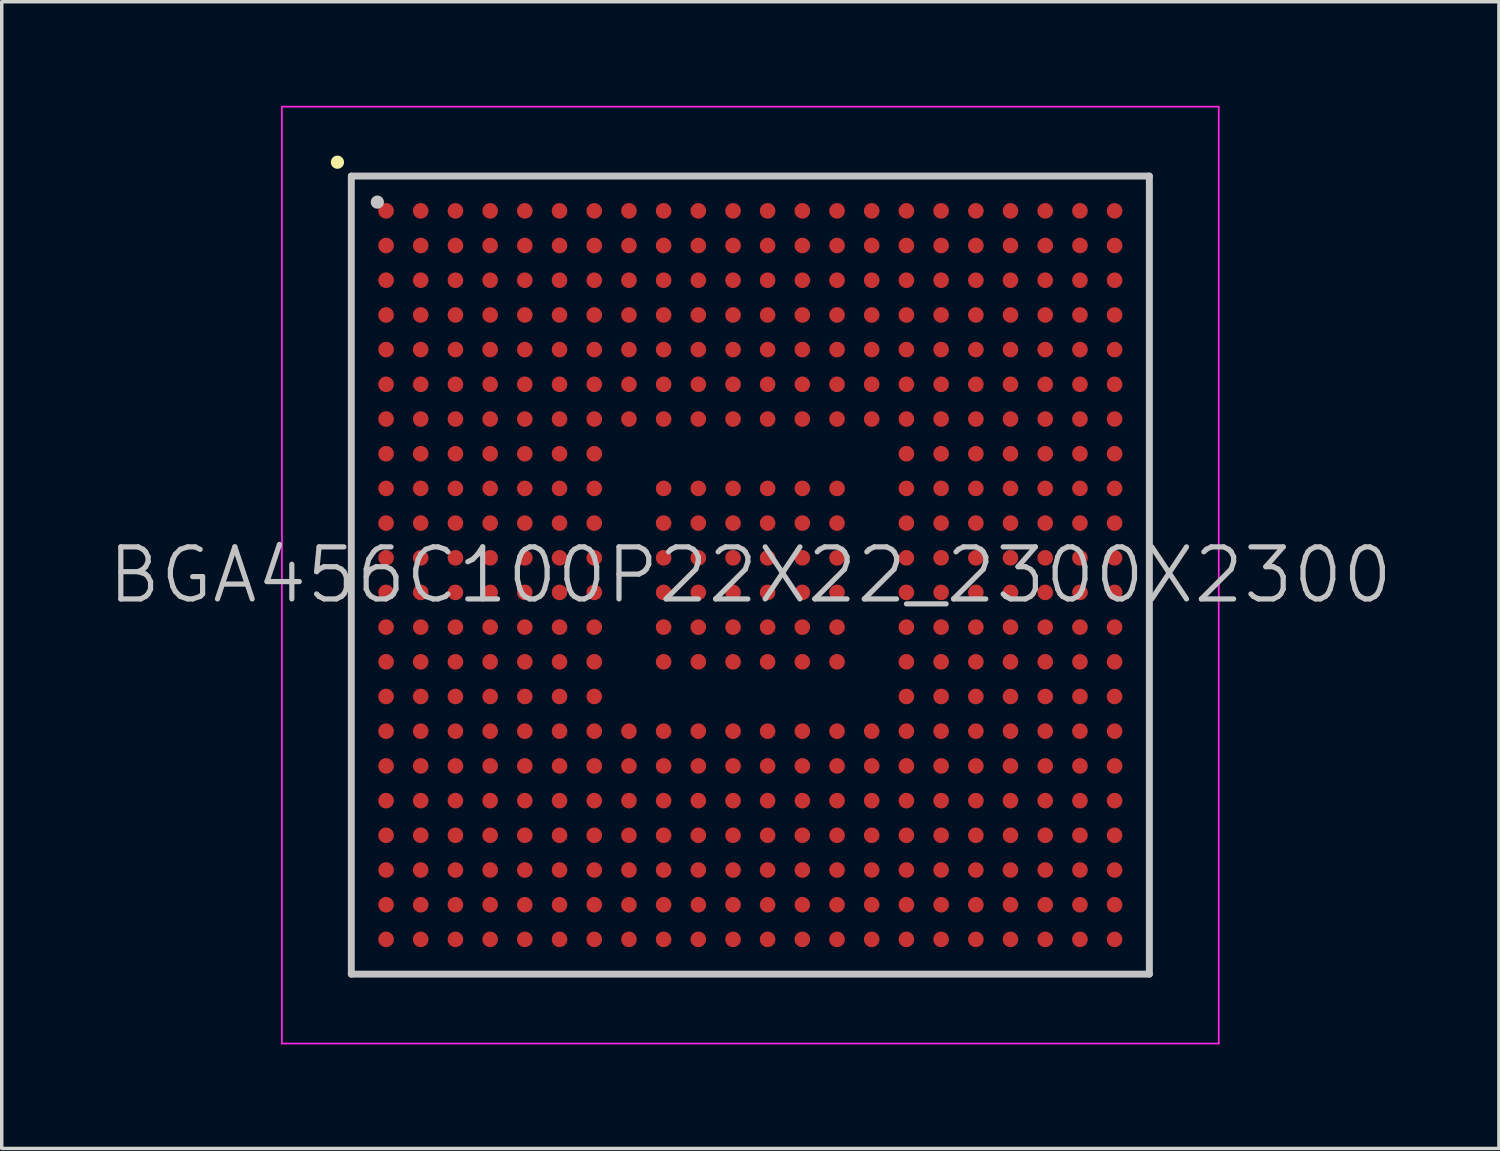
<source format=kicad_pcb>
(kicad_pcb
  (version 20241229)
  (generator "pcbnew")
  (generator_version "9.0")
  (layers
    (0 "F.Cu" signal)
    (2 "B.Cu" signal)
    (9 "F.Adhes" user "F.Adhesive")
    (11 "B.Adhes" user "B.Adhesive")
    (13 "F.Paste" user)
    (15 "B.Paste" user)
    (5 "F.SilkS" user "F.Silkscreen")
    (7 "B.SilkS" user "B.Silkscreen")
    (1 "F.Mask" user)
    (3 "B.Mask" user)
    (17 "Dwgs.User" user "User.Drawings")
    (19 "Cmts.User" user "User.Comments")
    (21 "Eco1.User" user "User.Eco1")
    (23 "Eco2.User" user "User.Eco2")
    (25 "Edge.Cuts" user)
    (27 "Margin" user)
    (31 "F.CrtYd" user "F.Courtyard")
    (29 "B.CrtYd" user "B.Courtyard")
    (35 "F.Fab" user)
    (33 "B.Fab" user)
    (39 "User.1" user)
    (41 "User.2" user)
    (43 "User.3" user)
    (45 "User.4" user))
  (footprint "BGA456C100P22X22_2300X2300"
    (layer "F.Cu")
    (at 18.575 13.525)
    (property "Reference" "BGA456C100P22X22_2300X2300" (at 0 0 0) (layer "Dwgs.User") (effects (font (size 1.5 1.5) (thickness 0.15))))
    (attr smd)
    (fp_line (start -11.9 -11.9) (end -11.9 -11.9) (stroke (width 0.381) (type solid)) (layer "F.SilkS"))
    (fp_line (start -11.5 -11.5) (end -11.5 11.5) (stroke (width 0.2) (type solid)) (layer "Dwgs.User"))
    (fp_line (start -11.5 -11.5) (end 11.5 -11.5) (stroke (width 0.2) (type solid)) (layer "Dwgs.User"))
    (fp_line (start -11.5 11.5) (end 11.5 11.5) (stroke (width 0.2) (type solid)) (layer "Dwgs.User"))
    (fp_line (start -10.75 -10.75) (end -10.75 -10.75) (stroke (width 0.381) (type solid)) (layer "Dwgs.User"))
    (fp_line (start 11.5 -11.5) (end 11.5 11.5) (stroke (width 0.2) (type solid)) (layer "Dwgs.User"))
    (fp_line (start -13.5 -13.5) (end -13.5 13.5) (stroke (width 0.05) (type solid)) (layer "F.CrtYd"))
    (fp_line (start -13.5 -13.5) (end 13.5 -13.5) (stroke (width 0.05) (type solid)) (layer "F.CrtYd"))
    (fp_line (start -13.5 13.5) (end 13.5 13.5) (stroke (width 0.05) (type solid)) (layer "F.CrtYd"))
    (fp_line (start 13.5 -13.5) (end 13.5 13.5) (stroke (width 0.05) (type solid)) (layer "F.CrtYd"))
    (pad "A1" smd circle (at -10.498 -10.498 270) (size 0.45 0.45) (layers "F.Cu" "F.Mask" "F.Paste"))
    (pad "A2" smd circle (at -9.5 -10.498 270) (size 0.45 0.45) (layers "F.Cu" "F.Mask" "F.Paste"))
    (pad "A3" smd circle (at -8.499 -10.498 270) (size 0.45 0.45) (layers "F.Cu" "F.Mask" "F.Paste"))
    (pad "A4" smd circle (at -7.498 -10.498 270) (size 0.45 0.45) (layers "F.Cu" "F.Mask" "F.Paste"))
    (pad "A5" smd circle (at -6.5 -10.498 270) (size 0.45 0.45) (layers "F.Cu" "F.Mask" "F.Paste"))
    (pad "A6" smd circle (at -5.499 -10.498 270) (size 0.45 0.45) (layers "F.Cu" "F.Mask" "F.Paste"))
    (pad "A7" smd circle (at -4.498 -10.498 270) (size 0.45 0.45) (layers "F.Cu" "F.Mask" "F.Paste"))
    (pad "A8" smd circle (at -3.498 -10.498 270) (size 0.45 0.45) (layers "F.Cu" "F.Mask" "F.Paste"))
    (pad "A9" smd circle (at -2.499 -10.498 270) (size 0.45 0.45) (layers "F.Cu" "F.Mask" "F.Paste"))
    (pad "A10" smd circle (at -1.499 -10.498 270) (size 0.45 0.45) (layers "F.Cu" "F.Mask" "F.Paste"))
    (pad "A11" smd circle (at -0.498 -10.498 270) (size 0.45 0.45) (layers "F.Cu" "F.Mask" "F.Paste"))
    (pad "A12" smd circle (at 0.498 -10.498 270) (size 0.45 0.45) (layers "F.Cu" "F.Mask" "F.Paste"))
    (pad "A13" smd circle (at 1.499 -10.498 270) (size 0.45 0.45) (layers "F.Cu" "F.Mask" "F.Paste"))
    (pad "A14" smd circle (at 2.499 -10.498 270) (size 0.45 0.45) (layers "F.Cu" "F.Mask" "F.Paste"))
    (pad "A15" smd circle (at 3.498 -10.498 270) (size 0.45 0.45) (layers "F.Cu" "F.Mask" "F.Paste"))
    (pad "A16" smd circle (at 4.498 -10.498 270) (size 0.45 0.45) (layers "F.Cu" "F.Mask" "F.Paste"))
    (pad "A17" smd circle (at 5.499 -10.498 270) (size 0.45 0.45) (layers "F.Cu" "F.Mask" "F.Paste"))
    (pad "A18" smd circle (at 6.5 -10.498 270) (size 0.45 0.45) (layers "F.Cu" "F.Mask" "F.Paste"))
    (pad "A19" smd circle (at 7.498 -10.498 270) (size 0.45 0.45) (layers "F.Cu" "F.Mask" "F.Paste"))
    (pad "A20" smd circle (at 8.499 -10.498 270) (size 0.45 0.45) (layers "F.Cu" "F.Mask" "F.Paste"))
    (pad "A21" smd circle (at 9.5 -10.498 270) (size 0.45 0.45) (layers "F.Cu" "F.Mask" "F.Paste"))
    (pad "A22" smd circle (at 10.498 -10.498 270) (size 0.45 0.45) (layers "F.Cu" "F.Mask" "F.Paste"))
    (pad "AA1" smd circle (at -10.498 9.5 270) (size 0.45 0.45) (layers "F.Cu" "F.Mask" "F.Paste"))
    (pad "AA2" smd circle (at -9.5 9.5 270) (size 0.45 0.45) (layers "F.Cu" "F.Mask" "F.Paste"))
    (pad "AA3" smd circle (at -8.499 9.5 270) (size 0.45 0.45) (layers "F.Cu" "F.Mask" "F.Paste"))
    (pad "AA4" smd circle (at -7.498 9.5 270) (size 0.45 0.45) (layers "F.Cu" "F.Mask" "F.Paste"))
    (pad "AA5" smd circle (at -6.5 9.5 270) (size 0.45 0.45) (layers "F.Cu" "F.Mask" "F.Paste"))
    (pad "AA6" smd circle (at -5.499 9.5 270) (size 0.45 0.45) (layers "F.Cu" "F.Mask" "F.Paste"))
    (pad "AA7" smd circle (at -4.498 9.5 270) (size 0.45 0.45) (layers "F.Cu" "F.Mask" "F.Paste"))
    (pad "AA8" smd circle (at -3.498 9.5 270) (size 0.45 0.45) (layers "F.Cu" "F.Mask" "F.Paste"))
    (pad "AA9" smd circle (at -2.499 9.5 270) (size 0.45 0.45) (layers "F.Cu" "F.Mask" "F.Paste"))
    (pad "AA10" smd circle (at -1.499 9.5 270) (size 0.45 0.45) (layers "F.Cu" "F.Mask" "F.Paste"))
    (pad "AA11" smd circle (at -0.498 9.5 270) (size 0.45 0.45) (layers "F.Cu" "F.Mask" "F.Paste"))
    (pad "AA12" smd circle (at 0.498 9.5 270) (size 0.45 0.45) (layers "F.Cu" "F.Mask" "F.Paste"))
    (pad "AA13" smd circle (at 1.499 9.5 270) (size 0.45 0.45) (layers "F.Cu" "F.Mask" "F.Paste"))
    (pad "AA14" smd circle (at 2.499 9.5 270) (size 0.45 0.45) (layers "F.Cu" "F.Mask" "F.Paste"))
    (pad "AA15" smd circle (at 3.498 9.5 270) (size 0.45 0.45) (layers "F.Cu" "F.Mask" "F.Paste"))
    (pad "AA16" smd circle (at 4.498 9.5 270) (size 0.45 0.45) (layers "F.Cu" "F.Mask" "F.Paste"))
    (pad "AA17" smd circle (at 5.499 9.5 270) (size 0.45 0.45) (layers "F.Cu" "F.Mask" "F.Paste"))
    (pad "AA18" smd circle (at 6.5 9.5 270) (size 0.45 0.45) (layers "F.Cu" "F.Mask" "F.Paste"))
    (pad "AA19" smd circle (at 7.498 9.5 270) (size 0.45 0.45) (layers "F.Cu" "F.Mask" "F.Paste"))
    (pad "AA20" smd circle (at 8.499 9.5 270) (size 0.45 0.45) (layers "F.Cu" "F.Mask" "F.Paste"))
    (pad "AA21" smd circle (at 9.5 9.5 270) (size 0.45 0.45) (layers "F.Cu" "F.Mask" "F.Paste"))
    (pad "AA22" smd circle (at 10.498 9.5 270) (size 0.45 0.45) (layers "F.Cu" "F.Mask" "F.Paste"))
    (pad "AB1" smd circle (at -10.498 10.498 270) (size 0.45 0.45) (layers "F.Cu" "F.Mask" "F.Paste"))
    (pad "AB2" smd circle (at -9.5 10.498 270) (size 0.45 0.45) (layers "F.Cu" "F.Mask" "F.Paste"))
    (pad "AB3" smd circle (at -8.499 10.498 270) (size 0.45 0.45) (layers "F.Cu" "F.Mask" "F.Paste"))
    (pad "AB4" smd circle (at -7.498 10.498 270) (size 0.45 0.45) (layers "F.Cu" "F.Mask" "F.Paste"))
    (pad "AB5" smd circle (at -6.5 10.498 270) (size 0.45 0.45) (layers "F.Cu" "F.Mask" "F.Paste"))
    (pad "AB6" smd circle (at -5.499 10.498 270) (size 0.45 0.45) (layers "F.Cu" "F.Mask" "F.Paste"))
    (pad "AB7" smd circle (at -4.498 10.498 270) (size 0.45 0.45) (layers "F.Cu" "F.Mask" "F.Paste"))
    (pad "AB8" smd circle (at -3.498 10.498 270) (size 0.45 0.45) (layers "F.Cu" "F.Mask" "F.Paste"))
    (pad "AB9" smd circle (at -2.499 10.498 270) (size 0.45 0.45) (layers "F.Cu" "F.Mask" "F.Paste"))
    (pad "AB10" smd circle (at -1.499 10.498 270) (size 0.45 0.45) (layers "F.Cu" "F.Mask" "F.Paste"))
    (pad "AB11" smd circle (at -0.498 10.498 270) (size 0.45 0.45) (layers "F.Cu" "F.Mask" "F.Paste"))
    (pad "AB12" smd circle (at 0.498 10.498 270) (size 0.45 0.45) (layers "F.Cu" "F.Mask" "F.Paste"))
    (pad "AB13" smd circle (at 1.499 10.498 270) (size 0.45 0.45) (layers "F.Cu" "F.Mask" "F.Paste"))
    (pad "AB14" smd circle (at 2.499 10.498 270) (size 0.45 0.45) (layers "F.Cu" "F.Mask" "F.Paste"))
    (pad "AB15" smd circle (at 3.498 10.498 270) (size 0.45 0.45) (layers "F.Cu" "F.Mask" "F.Paste"))
    (pad "AB16" smd circle (at 4.498 10.498 270) (size 0.45 0.45) (layers "F.Cu" "F.Mask" "F.Paste"))
    (pad "AB17" smd circle (at 5.499 10.498 270) (size 0.45 0.45) (layers "F.Cu" "F.Mask" "F.Paste"))
    (pad "AB18" smd circle (at 6.5 10.498 270) (size 0.45 0.45) (layers "F.Cu" "F.Mask" "F.Paste"))
    (pad "AB19" smd circle (at 7.498 10.498 270) (size 0.45 0.45) (layers "F.Cu" "F.Mask" "F.Paste"))
    (pad "AB20" smd circle (at 8.499 10.498 270) (size 0.45 0.45) (layers "F.Cu" "F.Mask" "F.Paste"))
    (pad "AB21" smd circle (at 9.5 10.498 270) (size 0.45 0.45) (layers "F.Cu" "F.Mask" "F.Paste"))
    (pad "AB22" smd circle (at 10.498 10.498 270) (size 0.45 0.45) (layers "F.Cu" "F.Mask" "F.Paste"))
    (pad "B1" smd circle (at -10.498 -9.5 270) (size 0.45 0.45) (layers "F.Cu" "F.Mask" "F.Paste"))
    (pad "B2" smd circle (at -9.5 -9.5 270) (size 0.45 0.45) (layers "F.Cu" "F.Mask" "F.Paste"))
    (pad "B3" smd circle (at -8.499 -9.5 270) (size 0.45 0.45) (layers "F.Cu" "F.Mask" "F.Paste"))
    (pad "B4" smd circle (at -7.498 -9.5 270) (size 0.45 0.45) (layers "F.Cu" "F.Mask" "F.Paste"))
    (pad "B5" smd circle (at -6.5 -9.5 270) (size 0.45 0.45) (layers "F.Cu" "F.Mask" "F.Paste"))
    (pad "B6" smd circle (at -5.499 -9.5 270) (size 0.45 0.45) (layers "F.Cu" "F.Mask" "F.Paste"))
    (pad "B7" smd circle (at -4.498 -9.5 270) (size 0.45 0.45) (layers "F.Cu" "F.Mask" "F.Paste"))
    (pad "B8" smd circle (at -3.498 -9.5 270) (size 0.45 0.45) (layers "F.Cu" "F.Mask" "F.Paste"))
    (pad "B9" smd circle (at -2.499 -9.5 270) (size 0.45 0.45) (layers "F.Cu" "F.Mask" "F.Paste"))
    (pad "B10" smd circle (at -1.499 -9.5 270) (size 0.45 0.45) (layers "F.Cu" "F.Mask" "F.Paste"))
    (pad "B11" smd circle (at -0.498 -9.5 270) (size 0.45 0.45) (layers "F.Cu" "F.Mask" "F.Paste"))
    (pad "B12" smd circle (at 0.498 -9.5 270) (size 0.45 0.45) (layers "F.Cu" "F.Mask" "F.Paste"))
    (pad "B13" smd circle (at 1.499 -9.5 270) (size 0.45 0.45) (layers "F.Cu" "F.Mask" "F.Paste"))
    (pad "B14" smd circle (at 2.499 -9.5 270) (size 0.45 0.45) (layers "F.Cu" "F.Mask" "F.Paste"))
    (pad "B15" smd circle (at 3.498 -9.5 270) (size 0.45 0.45) (layers "F.Cu" "F.Mask" "F.Paste"))
    (pad "B16" smd circle (at 4.498 -9.5 270) (size 0.45 0.45) (layers "F.Cu" "F.Mask" "F.Paste"))
    (pad "B17" smd circle (at 5.499 -9.5 270) (size 0.45 0.45) (layers "F.Cu" "F.Mask" "F.Paste"))
    (pad "B18" smd circle (at 6.5 -9.5 270) (size 0.45 0.45) (layers "F.Cu" "F.Mask" "F.Paste"))
    (pad "B19" smd circle (at 7.498 -9.5 270) (size 0.45 0.45) (layers "F.Cu" "F.Mask" "F.Paste"))
    (pad "B20" smd circle (at 8.499 -9.5 270) (size 0.45 0.45) (layers "F.Cu" "F.Mask" "F.Paste"))
    (pad "B21" smd circle (at 9.5 -9.5 270) (size 0.45 0.45) (layers "F.Cu" "F.Mask" "F.Paste"))
    (pad "B22" smd circle (at 10.498 -9.5 270) (size 0.45 0.45) (layers "F.Cu" "F.Mask" "F.Paste"))
    (pad "C1" smd circle (at -10.498 -8.499 270) (size 0.45 0.45) (layers "F.Cu" "F.Mask" "F.Paste"))
    (pad "C2" smd circle (at -9.5 -8.499 270) (size 0.45 0.45) (layers "F.Cu" "F.Mask" "F.Paste"))
    (pad "C3" smd circle (at -8.499 -8.499 270) (size 0.45 0.45) (layers "F.Cu" "F.Mask" "F.Paste"))
    (pad "C4" smd circle (at -7.498 -8.499 270) (size 0.45 0.45) (layers "F.Cu" "F.Mask" "F.Paste"))
    (pad "C5" smd circle (at -6.5 -8.499 270) (size 0.45 0.45) (layers "F.Cu" "F.Mask" "F.Paste"))
    (pad "C6" smd circle (at -5.499 -8.499 270) (size 0.45 0.45) (layers "F.Cu" "F.Mask" "F.Paste"))
    (pad "C7" smd circle (at -4.498 -8.499 270) (size 0.45 0.45) (layers "F.Cu" "F.Mask" "F.Paste"))
    (pad "C8" smd circle (at -3.498 -8.499 270) (size 0.45 0.45) (layers "F.Cu" "F.Mask" "F.Paste"))
    (pad "C9" smd circle (at -2.499 -8.499 270) (size 0.45 0.45) (layers "F.Cu" "F.Mask" "F.Paste"))
    (pad "C10" smd circle (at -1.499 -8.499 270) (size 0.45 0.45) (layers "F.Cu" "F.Mask" "F.Paste"))
    (pad "C11" smd circle (at -0.498 -8.499 270) (size 0.45 0.45) (layers "F.Cu" "F.Mask" "F.Paste"))
    (pad "C12" smd circle (at 0.498 -8.499 270) (size 0.45 0.45) (layers "F.Cu" "F.Mask" "F.Paste"))
    (pad "C13" smd circle (at 1.499 -8.499 270) (size 0.45 0.45) (layers "F.Cu" "F.Mask" "F.Paste"))
    (pad "C14" smd circle (at 2.499 -8.499 270) (size 0.45 0.45) (layers "F.Cu" "F.Mask" "F.Paste"))
    (pad "C15" smd circle (at 3.498 -8.499 270) (size 0.45 0.45) (layers "F.Cu" "F.Mask" "F.Paste"))
    (pad "C16" smd circle (at 4.498 -8.499 270) (size 0.45 0.45) (layers "F.Cu" "F.Mask" "F.Paste"))
    (pad "C17" smd circle (at 5.499 -8.499 270) (size 0.45 0.45) (layers "F.Cu" "F.Mask" "F.Paste"))
    (pad "C18" smd circle (at 6.5 -8.499 270) (size 0.45 0.45) (layers "F.Cu" "F.Mask" "F.Paste"))
    (pad "C19" smd circle (at 7.498 -8.499 270) (size 0.45 0.45) (layers "F.Cu" "F.Mask" "F.Paste"))
    (pad "C20" smd circle (at 8.499 -8.499 270) (size 0.45 0.45) (layers "F.Cu" "F.Mask" "F.Paste"))
    (pad "C21" smd circle (at 9.5 -8.499 270) (size 0.45 0.45) (layers "F.Cu" "F.Mask" "F.Paste"))
    (pad "C22" smd circle (at 10.498 -8.499 270) (size 0.45 0.45) (layers "F.Cu" "F.Mask" "F.Paste"))
    (pad "D1" smd circle (at -10.498 -7.498 270) (size 0.45 0.45) (layers "F.Cu" "F.Mask" "F.Paste"))
    (pad "D2" smd circle (at -9.5 -7.498 270) (size 0.45 0.45) (layers "F.Cu" "F.Mask" "F.Paste"))
    (pad "D3" smd circle (at -8.499 -7.498 270) (size 0.45 0.45) (layers "F.Cu" "F.Mask" "F.Paste"))
    (pad "D4" smd circle (at -7.498 -7.498 270) (size 0.45 0.45) (layers "F.Cu" "F.Mask" "F.Paste"))
    (pad "D5" smd circle (at -6.5 -7.498 270) (size 0.45 0.45) (layers "F.Cu" "F.Mask" "F.Paste"))
    (pad "D6" smd circle (at -5.499 -7.498 270) (size 0.45 0.45) (layers "F.Cu" "F.Mask" "F.Paste"))
    (pad "D7" smd circle (at -4.498 -7.498 270) (size 0.45 0.45) (layers "F.Cu" "F.Mask" "F.Paste"))
    (pad "D8" smd circle (at -3.498 -7.498 270) (size 0.45 0.45) (layers "F.Cu" "F.Mask" "F.Paste"))
    (pad "D9" smd circle (at -2.499 -7.498 270) (size 0.45 0.45) (layers "F.Cu" "F.Mask" "F.Paste"))
    (pad "D10" smd circle (at -1.499 -7.498 270) (size 0.45 0.45) (layers "F.Cu" "F.Mask" "F.Paste"))
    (pad "D11" smd circle (at -0.498 -7.498 270) (size 0.45 0.45) (layers "F.Cu" "F.Mask" "F.Paste"))
    (pad "D12" smd circle (at 0.498 -7.498 270) (size 0.45 0.45) (layers "F.Cu" "F.Mask" "F.Paste"))
    (pad "D13" smd circle (at 1.499 -7.498 270) (size 0.45 0.45) (layers "F.Cu" "F.Mask" "F.Paste"))
    (pad "D14" smd circle (at 2.499 -7.498 270) (size 0.45 0.45) (layers "F.Cu" "F.Mask" "F.Paste"))
    (pad "D15" smd circle (at 3.498 -7.498 270) (size 0.45 0.45) (layers "F.Cu" "F.Mask" "F.Paste"))
    (pad "D16" smd circle (at 4.498 -7.498 270) (size 0.45 0.45) (layers "F.Cu" "F.Mask" "F.Paste"))
    (pad "D17" smd circle (at 5.499 -7.498 270) (size 0.45 0.45) (layers "F.Cu" "F.Mask" "F.Paste"))
    (pad "D18" smd circle (at 6.5 -7.498 270) (size 0.45 0.45) (layers "F.Cu" "F.Mask" "F.Paste"))
    (pad "D19" smd circle (at 7.498 -7.498 270) (size 0.45 0.45) (layers "F.Cu" "F.Mask" "F.Paste"))
    (pad "D20" smd circle (at 8.499 -7.498 270) (size 0.45 0.45) (layers "F.Cu" "F.Mask" "F.Paste"))
    (pad "D21" smd circle (at 9.5 -7.498 270) (size 0.45 0.45) (layers "F.Cu" "F.Mask" "F.Paste"))
    (pad "D22" smd circle (at 10.498 -7.498 270) (size 0.45 0.45) (layers "F.Cu" "F.Mask" "F.Paste"))
    (pad "E1" smd circle (at -10.498 -6.5 270) (size 0.45 0.45) (layers "F.Cu" "F.Mask" "F.Paste"))
    (pad "E2" smd circle (at -9.5 -6.5 270) (size 0.45 0.45) (layers "F.Cu" "F.Mask" "F.Paste"))
    (pad "E3" smd circle (at -8.499 -6.5 270) (size 0.45 0.45) (layers "F.Cu" "F.Mask" "F.Paste"))
    (pad "E4" smd circle (at -7.498 -6.5 270) (size 0.45 0.45) (layers "F.Cu" "F.Mask" "F.Paste"))
    (pad "E5" smd circle (at -6.5 -6.5 270) (size 0.45 0.45) (layers "F.Cu" "F.Mask" "F.Paste"))
    (pad "E6" smd circle (at -5.499 -6.5 270) (size 0.45 0.45) (layers "F.Cu" "F.Mask" "F.Paste"))
    (pad "E7" smd circle (at -4.498 -6.5 270) (size 0.45 0.45) (layers "F.Cu" "F.Mask" "F.Paste"))
    (pad "E8" smd circle (at -3.498 -6.5 270) (size 0.45 0.45) (layers "F.Cu" "F.Mask" "F.Paste"))
    (pad "E9" smd circle (at -2.499 -6.5 270) (size 0.45 0.45) (layers "F.Cu" "F.Mask" "F.Paste"))
    (pad "E10" smd circle (at -1.499 -6.5 270) (size 0.45 0.45) (layers "F.Cu" "F.Mask" "F.Paste"))
    (pad "E11" smd circle (at -0.498 -6.5 270) (size 0.45 0.45) (layers "F.Cu" "F.Mask" "F.Paste"))
    (pad "E12" smd circle (at 0.498 -6.5 270) (size 0.45 0.45) (layers "F.Cu" "F.Mask" "F.Paste"))
    (pad "E13" smd circle (at 1.499 -6.5 270) (size 0.45 0.45) (layers "F.Cu" "F.Mask" "F.Paste"))
    (pad "E14" smd circle (at 2.499 -6.5 270) (size 0.45 0.45) (layers "F.Cu" "F.Mask" "F.Paste"))
    (pad "E15" smd circle (at 3.498 -6.5 270) (size 0.45 0.45) (layers "F.Cu" "F.Mask" "F.Paste"))
    (pad "E16" smd circle (at 4.498 -6.5 270) (size 0.45 0.45) (layers "F.Cu" "F.Mask" "F.Paste"))
    (pad "E17" smd circle (at 5.499 -6.5 270) (size 0.45 0.45) (layers "F.Cu" "F.Mask" "F.Paste"))
    (pad "E18" smd circle (at 6.5 -6.5 270) (size 0.45 0.45) (layers "F.Cu" "F.Mask" "F.Paste"))
    (pad "E19" smd circle (at 7.498 -6.5 270) (size 0.45 0.45) (layers "F.Cu" "F.Mask" "F.Paste"))
    (pad "E20" smd circle (at 8.499 -6.5 270) (size 0.45 0.45) (layers "F.Cu" "F.Mask" "F.Paste"))
    (pad "E21" smd circle (at 9.5 -6.5 270) (size 0.45 0.45) (layers "F.Cu" "F.Mask" "F.Paste"))
    (pad "E22" smd circle (at 10.498 -6.5 270) (size 0.45 0.45) (layers "F.Cu" "F.Mask" "F.Paste"))
    (pad "F1" smd circle (at -10.498 -5.499 270) (size 0.45 0.45) (layers "F.Cu" "F.Mask" "F.Paste"))
    (pad "F2" smd circle (at -9.5 -5.499 270) (size 0.45 0.45) (layers "F.Cu" "F.Mask" "F.Paste"))
    (pad "F3" smd circle (at -8.499 -5.499 270) (size 0.45 0.45) (layers "F.Cu" "F.Mask" "F.Paste"))
    (pad "F4" smd circle (at -7.498 -5.499 270) (size 0.45 0.45) (layers "F.Cu" "F.Mask" "F.Paste"))
    (pad "F5" smd circle (at -6.5 -5.499 270) (size 0.45 0.45) (layers "F.Cu" "F.Mask" "F.Paste"))
    (pad "F6" smd circle (at -5.499 -5.499 270) (size 0.45 0.45) (layers "F.Cu" "F.Mask" "F.Paste"))
    (pad "F7" smd circle (at -4.498 -5.499 270) (size 0.45 0.45) (layers "F.Cu" "F.Mask" "F.Paste"))
    (pad "F8" smd circle (at -3.498 -5.499 270) (size 0.45 0.45) (layers "F.Cu" "F.Mask" "F.Paste"))
    (pad "F9" smd circle (at -2.499 -5.499 270) (size 0.45 0.45) (layers "F.Cu" "F.Mask" "F.Paste"))
    (pad "F10" smd circle (at -1.499 -5.499 270) (size 0.45 0.45) (layers "F.Cu" "F.Mask" "F.Paste"))
    (pad "F11" smd circle (at -0.498 -5.499 270) (size 0.45 0.45) (layers "F.Cu" "F.Mask" "F.Paste"))
    (pad "F12" smd circle (at 0.498 -5.499 270) (size 0.45 0.45) (layers "F.Cu" "F.Mask" "F.Paste"))
    (pad "F13" smd circle (at 1.499 -5.499 270) (size 0.45 0.45) (layers "F.Cu" "F.Mask" "F.Paste"))
    (pad "F14" smd circle (at 2.499 -5.499 270) (size 0.45 0.45) (layers "F.Cu" "F.Mask" "F.Paste"))
    (pad "F15" smd circle (at 3.498 -5.499 270) (size 0.45 0.45) (layers "F.Cu" "F.Mask" "F.Paste"))
    (pad "F16" smd circle (at 4.498 -5.499 270) (size 0.45 0.45) (layers "F.Cu" "F.Mask" "F.Paste"))
    (pad "F17" smd circle (at 5.499 -5.499 270) (size 0.45 0.45) (layers "F.Cu" "F.Mask" "F.Paste"))
    (pad "F18" smd circle (at 6.5 -5.499 270) (size 0.45 0.45) (layers "F.Cu" "F.Mask" "F.Paste"))
    (pad "F19" smd circle (at 7.498 -5.499 270) (size 0.45 0.45) (layers "F.Cu" "F.Mask" "F.Paste"))
    (pad "F20" smd circle (at 8.499 -5.499 270) (size 0.45 0.45) (layers "F.Cu" "F.Mask" "F.Paste"))
    (pad "F21" smd circle (at 9.5 -5.499 270) (size 0.45 0.45) (layers "F.Cu" "F.Mask" "F.Paste"))
    (pad "F22" smd circle (at 10.498 -5.499 270) (size 0.45 0.45) (layers "F.Cu" "F.Mask" "F.Paste"))
    (pad "G1" smd circle (at -10.498 -4.498 270) (size 0.45 0.45) (layers "F.Cu" "F.Mask" "F.Paste"))
    (pad "G2" smd circle (at -9.5 -4.498 270) (size 0.45 0.45) (layers "F.Cu" "F.Mask" "F.Paste"))
    (pad "G3" smd circle (at -8.499 -4.498 270) (size 0.45 0.45) (layers "F.Cu" "F.Mask" "F.Paste"))
    (pad "G4" smd circle (at -7.498 -4.498 270) (size 0.45 0.45) (layers "F.Cu" "F.Mask" "F.Paste"))
    (pad "G5" smd circle (at -6.5 -4.498 270) (size 0.45 0.45) (layers "F.Cu" "F.Mask" "F.Paste"))
    (pad "G6" smd circle (at -5.499 -4.498 270) (size 0.45 0.45) (layers "F.Cu" "F.Mask" "F.Paste"))
    (pad "G7" smd circle (at -4.498 -4.498 270) (size 0.45 0.45) (layers "F.Cu" "F.Mask" "F.Paste"))
    (pad "G8" smd circle (at -3.498 -4.498 270) (size 0.45 0.45) (layers "F.Cu" "F.Mask" "F.Paste"))
    (pad "G9" smd circle (at -2.499 -4.498 270) (size 0.45 0.45) (layers "F.Cu" "F.Mask" "F.Paste"))
    (pad "G10" smd circle (at -1.499 -4.498 270) (size 0.45 0.45) (layers "F.Cu" "F.Mask" "F.Paste"))
    (pad "G11" smd circle (at -0.498 -4.498 270) (size 0.45 0.45) (layers "F.Cu" "F.Mask" "F.Paste"))
    (pad "G12" smd circle (at 0.498 -4.498 270) (size 0.45 0.45) (layers "F.Cu" "F.Mask" "F.Paste"))
    (pad "G13" smd circle (at 1.499 -4.498 270) (size 0.45 0.45) (layers "F.Cu" "F.Mask" "F.Paste"))
    (pad "G14" smd circle (at 2.499 -4.498 270) (size 0.45 0.45) (layers "F.Cu" "F.Mask" "F.Paste"))
    (pad "G15" smd circle (at 3.498 -4.498 270) (size 0.45 0.45) (layers "F.Cu" "F.Mask" "F.Paste"))
    (pad "G16" smd circle (at 4.498 -4.498 270) (size 0.45 0.45) (layers "F.Cu" "F.Mask" "F.Paste"))
    (pad "G17" smd circle (at 5.499 -4.498 270) (size 0.45 0.45) (layers "F.Cu" "F.Mask" "F.Paste"))
    (pad "G18" smd circle (at 6.5 -4.498 270) (size 0.45 0.45) (layers "F.Cu" "F.Mask" "F.Paste"))
    (pad "G19" smd circle (at 7.498 -4.498 270) (size 0.45 0.45) (layers "F.Cu" "F.Mask" "F.Paste"))
    (pad "G20" smd circle (at 8.499 -4.498 270) (size 0.45 0.45) (layers "F.Cu" "F.Mask" "F.Paste"))
    (pad "G21" smd circle (at 9.5 -4.498 270) (size 0.45 0.45) (layers "F.Cu" "F.Mask" "F.Paste"))
    (pad "G22" smd circle (at 10.498 -4.498 270) (size 0.45 0.45) (layers "F.Cu" "F.Mask" "F.Paste"))
    (pad "H1" smd circle (at -10.498 -3.498 270) (size 0.45 0.45) (layers "F.Cu" "F.Mask" "F.Paste"))
    (pad "H2" smd circle (at -9.5 -3.498 270) (size 0.45 0.45) (layers "F.Cu" "F.Mask" "F.Paste"))
    (pad "H3" smd circle (at -8.499 -3.498 270) (size 0.45 0.45) (layers "F.Cu" "F.Mask" "F.Paste"))
    (pad "H4" smd circle (at -7.498 -3.498 270) (size 0.45 0.45) (layers "F.Cu" "F.Mask" "F.Paste"))
    (pad "H5" smd circle (at -6.5 -3.498 270) (size 0.45 0.45) (layers "F.Cu" "F.Mask" "F.Paste"))
    (pad "H6" smd circle (at -5.499 -3.498 270) (size 0.45 0.45) (layers "F.Cu" "F.Mask" "F.Paste"))
    (pad "H7" smd circle (at -4.498 -3.498 270) (size 0.45 0.45) (layers "F.Cu" "F.Mask" "F.Paste"))
    (pad "H16" smd circle (at 4.498 -3.498 270) (size 0.45 0.45) (layers "F.Cu" "F.Mask" "F.Paste"))
    (pad "H17" smd circle (at 5.499 -3.498 270) (size 0.45 0.45) (layers "F.Cu" "F.Mask" "F.Paste"))
    (pad "H18" smd circle (at 6.5 -3.498 270) (size 0.45 0.45) (layers "F.Cu" "F.Mask" "F.Paste"))
    (pad "H19" smd circle (at 7.498 -3.498 270) (size 0.45 0.45) (layers "F.Cu" "F.Mask" "F.Paste"))
    (pad "H20" smd circle (at 8.499 -3.498 270) (size 0.45 0.45) (layers "F.Cu" "F.Mask" "F.Paste"))
    (pad "H21" smd circle (at 9.5 -3.498 270) (size 0.45 0.45) (layers "F.Cu" "F.Mask" "F.Paste"))
    (pad "H22" smd circle (at 10.498 -3.498 270) (size 0.45 0.45) (layers "F.Cu" "F.Mask" "F.Paste"))
    (pad "J1" smd circle (at -10.498 -2.499 270) (size 0.45 0.45) (layers "F.Cu" "F.Mask" "F.Paste"))
    (pad "J2" smd circle (at -9.5 -2.499 270) (size 0.45 0.45) (layers "F.Cu" "F.Mask" "F.Paste"))
    (pad "J3" smd circle (at -8.499 -2.499 270) (size 0.45 0.45) (layers "F.Cu" "F.Mask" "F.Paste"))
    (pad "J4" smd circle (at -7.498 -2.499 270) (size 0.45 0.45) (layers "F.Cu" "F.Mask" "F.Paste"))
    (pad "J5" smd circle (at -6.5 -2.499 270) (size 0.45 0.45) (layers "F.Cu" "F.Mask" "F.Paste"))
    (pad "J6" smd circle (at -5.499 -2.499 270) (size 0.45 0.45) (layers "F.Cu" "F.Mask" "F.Paste"))
    (pad "J7" smd circle (at -4.498 -2.499 270) (size 0.45 0.45) (layers "F.Cu" "F.Mask" "F.Paste"))
    (pad "J9" smd circle (at -2.499 -2.499 270) (size 0.45 0.45) (layers "F.Cu" "F.Mask" "F.Paste"))
    (pad "J10" smd circle (at -1.499 -2.499 270) (size 0.45 0.45) (layers "F.Cu" "F.Mask" "F.Paste"))
    (pad "J11" smd circle (at -0.498 -2.499 270) (size 0.45 0.45) (layers "F.Cu" "F.Mask" "F.Paste"))
    (pad "J12" smd circle (at 0.498 -2.499 270) (size 0.45 0.45) (layers "F.Cu" "F.Mask" "F.Paste"))
    (pad "J13" smd circle (at 1.499 -2.499 270) (size 0.45 0.45) (layers "F.Cu" "F.Mask" "F.Paste"))
    (pad "J14" smd circle (at 2.499 -2.499 270) (size 0.45 0.45) (layers "F.Cu" "F.Mask" "F.Paste"))
    (pad "J16" smd circle (at 4.498 -2.499 270) (size 0.45 0.45) (layers "F.Cu" "F.Mask" "F.Paste"))
    (pad "J17" smd circle (at 5.499 -2.499 270) (size 0.45 0.45) (layers "F.Cu" "F.Mask" "F.Paste"))
    (pad "J18" smd circle (at 6.5 -2.499 270) (size 0.45 0.45) (layers "F.Cu" "F.Mask" "F.Paste"))
    (pad "J19" smd circle (at 7.498 -2.499 270) (size 0.45 0.45) (layers "F.Cu" "F.Mask" "F.Paste"))
    (pad "J20" smd circle (at 8.499 -2.499 270) (size 0.45 0.45) (layers "F.Cu" "F.Mask" "F.Paste"))
    (pad "J21" smd circle (at 9.5 -2.499 270) (size 0.45 0.45) (layers "F.Cu" "F.Mask" "F.Paste"))
    (pad "J22" smd circle (at 10.498 -2.499 270) (size 0.45 0.45) (layers "F.Cu" "F.Mask" "F.Paste"))
    (pad "K1" smd circle (at -10.498 -1.499 270) (size 0.45 0.45) (layers "F.Cu" "F.Mask" "F.Paste"))
    (pad "K2" smd circle (at -9.5 -1.499 270) (size 0.45 0.45) (layers "F.Cu" "F.Mask" "F.Paste"))
    (pad "K3" smd circle (at -8.499 -1.499 270) (size 0.45 0.45) (layers "F.Cu" "F.Mask" "F.Paste"))
    (pad "K4" smd circle (at -7.498 -1.499 270) (size 0.45 0.45) (layers "F.Cu" "F.Mask" "F.Paste"))
    (pad "K5" smd circle (at -6.5 -1.499 270) (size 0.45 0.45) (layers "F.Cu" "F.Mask" "F.Paste"))
    (pad "K6" smd circle (at -5.499 -1.499 270) (size 0.45 0.45) (layers "F.Cu" "F.Mask" "F.Paste"))
    (pad "K7" smd circle (at -4.498 -1.499 270) (size 0.45 0.45) (layers "F.Cu" "F.Mask" "F.Paste"))
    (pad "K9" smd circle (at -2.499 -1.499 270) (size 0.45 0.45) (layers "F.Cu" "F.Mask" "F.Paste"))
    (pad "K10" smd circle (at -1.499 -1.499 270) (size 0.45 0.45) (layers "F.Cu" "F.Mask" "F.Paste"))
    (pad "K11" smd circle (at -0.498 -1.499 270) (size 0.45 0.45) (layers "F.Cu" "F.Mask" "F.Paste"))
    (pad "K12" smd circle (at 0.498 -1.499 270) (size 0.45 0.45) (layers "F.Cu" "F.Mask" "F.Paste"))
    (pad "K13" smd circle (at 1.499 -1.499 270) (size 0.45 0.45) (layers "F.Cu" "F.Mask" "F.Paste"))
    (pad "K14" smd circle (at 2.499 -1.499 270) (size 0.45 0.45) (layers "F.Cu" "F.Mask" "F.Paste"))
    (pad "K16" smd circle (at 4.498 -1.499 270) (size 0.45 0.45) (layers "F.Cu" "F.Mask" "F.Paste"))
    (pad "K17" smd circle (at 5.499 -1.499 270) (size 0.45 0.45) (layers "F.Cu" "F.Mask" "F.Paste"))
    (pad "K18" smd circle (at 6.5 -1.499 270) (size 0.45 0.45) (layers "F.Cu" "F.Mask" "F.Paste"))
    (pad "K19" smd circle (at 7.498 -1.499 270) (size 0.45 0.45) (layers "F.Cu" "F.Mask" "F.Paste"))
    (pad "K20" smd circle (at 8.499 -1.499 270) (size 0.45 0.45) (layers "F.Cu" "F.Mask" "F.Paste"))
    (pad "K21" smd circle (at 9.5 -1.499 270) (size 0.45 0.45) (layers "F.Cu" "F.Mask" "F.Paste"))
    (pad "K22" smd circle (at 10.498 -1.499 270) (size 0.45 0.45) (layers "F.Cu" "F.Mask" "F.Paste"))
    (pad "L1" smd circle (at -10.498 -0.498 270) (size 0.45 0.45) (layers "F.Cu" "F.Mask" "F.Paste"))
    (pad "L2" smd circle (at -9.5 -0.498 270) (size 0.45 0.45) (layers "F.Cu" "F.Mask" "F.Paste"))
    (pad "L3" smd circle (at -8.499 -0.498 270) (size 0.45 0.45) (layers "F.Cu" "F.Mask" "F.Paste"))
    (pad "L4" smd circle (at -7.498 -0.498 270) (size 0.45 0.45) (layers "F.Cu" "F.Mask" "F.Paste"))
    (pad "L5" smd circle (at -6.5 -0.498 270) (size 0.45 0.45) (layers "F.Cu" "F.Mask" "F.Paste"))
    (pad "L6" smd circle (at -5.499 -0.498 270) (size 0.45 0.45) (layers "F.Cu" "F.Mask" "F.Paste"))
    (pad "L7" smd circle (at -4.498 -0.498 270) (size 0.45 0.45) (layers "F.Cu" "F.Mask" "F.Paste"))
    (pad "L9" smd circle (at -2.499 -0.498 270) (size 0.45 0.45) (layers "F.Cu" "F.Mask" "F.Paste"))
    (pad "L10" smd circle (at -1.499 -0.498 270) (size 0.45 0.45) (layers "F.Cu" "F.Mask" "F.Paste"))
    (pad "L11" smd circle (at -0.498 -0.498 270) (size 0.45 0.45) (layers "F.Cu" "F.Mask" "F.Paste"))
    (pad "L12" smd circle (at 0.498 -0.498 270) (size 0.45 0.45) (layers "F.Cu" "F.Mask" "F.Paste"))
    (pad "L13" smd circle (at 1.499 -0.498 270) (size 0.45 0.45) (layers "F.Cu" "F.Mask" "F.Paste"))
    (pad "L14" smd circle (at 2.499 -0.498 270) (size 0.45 0.45) (layers "F.Cu" "F.Mask" "F.Paste"))
    (pad "L16" smd circle (at 4.498 -0.498 270) (size 0.45 0.45) (layers "F.Cu" "F.Mask" "F.Paste"))
    (pad "L17" smd circle (at 5.499 -0.498 270) (size 0.45 0.45) (layers "F.Cu" "F.Mask" "F.Paste"))
    (pad "L18" smd circle (at 6.5 -0.498 270) (size 0.45 0.45) (layers "F.Cu" "F.Mask" "F.Paste"))
    (pad "L19" smd circle (at 7.498 -0.498 270) (size 0.45 0.45) (layers "F.Cu" "F.Mask" "F.Paste"))
    (pad "L20" smd circle (at 8.499 -0.498 270) (size 0.45 0.45) (layers "F.Cu" "F.Mask" "F.Paste"))
    (pad "L21" smd circle (at 9.5 -0.498 270) (size 0.45 0.45) (layers "F.Cu" "F.Mask" "F.Paste"))
    (pad "L22" smd circle (at 10.498 -0.498 270) (size 0.45 0.45) (layers "F.Cu" "F.Mask" "F.Paste"))
    (pad "M1" smd circle (at -10.498 0.498 270) (size 0.45 0.45) (layers "F.Cu" "F.Mask" "F.Paste"))
    (pad "M2" smd circle (at -9.5 0.498 270) (size 0.45 0.45) (layers "F.Cu" "F.Mask" "F.Paste"))
    (pad "M3" smd circle (at -8.499 0.498 270) (size 0.45 0.45) (layers "F.Cu" "F.Mask" "F.Paste"))
    (pad "M4" smd circle (at -7.498 0.498 270) (size 0.45 0.45) (layers "F.Cu" "F.Mask" "F.Paste"))
    (pad "M5" smd circle (at -6.5 0.498 270) (size 0.45 0.45) (layers "F.Cu" "F.Mask" "F.Paste"))
    (pad "M6" smd circle (at -5.499 0.498 270) (size 0.45 0.45) (layers "F.Cu" "F.Mask" "F.Paste"))
    (pad "M7" smd circle (at -4.498 0.498 270) (size 0.45 0.45) (layers "F.Cu" "F.Mask" "F.Paste"))
    (pad "M9" smd circle (at -2.499 0.498 270) (size 0.45 0.45) (layers "F.Cu" "F.Mask" "F.Paste"))
    (pad "M10" smd circle (at -1.499 0.498 270) (size 0.45 0.45) (layers "F.Cu" "F.Mask" "F.Paste"))
    (pad "M11" smd circle (at -0.498 0.498 270) (size 0.45 0.45) (layers "F.Cu" "F.Mask" "F.Paste"))
    (pad "M12" smd circle (at 0.498 0.498 270) (size 0.45 0.45) (layers "F.Cu" "F.Mask" "F.Paste"))
    (pad "M13" smd circle (at 1.499 0.498 270) (size 0.45 0.45) (layers "F.Cu" "F.Mask" "F.Paste"))
    (pad "M14" smd circle (at 2.499 0.498 270) (size 0.45 0.45) (layers "F.Cu" "F.Mask" "F.Paste"))
    (pad "M16" smd circle (at 4.498 0.498 270) (size 0.45 0.45) (layers "F.Cu" "F.Mask" "F.Paste"))
    (pad "M17" smd circle (at 5.499 0.498 270) (size 0.45 0.45) (layers "F.Cu" "F.Mask" "F.Paste"))
    (pad "M18" smd circle (at 6.5 0.498 270) (size 0.45 0.45) (layers "F.Cu" "F.Mask" "F.Paste"))
    (pad "M19" smd circle (at 7.498 0.498 270) (size 0.45 0.45) (layers "F.Cu" "F.Mask" "F.Paste"))
    (pad "M20" smd circle (at 8.499 0.498 270) (size 0.45 0.45) (layers "F.Cu" "F.Mask" "F.Paste"))
    (pad "M21" smd circle (at 9.5 0.498 270) (size 0.45 0.45) (layers "F.Cu" "F.Mask" "F.Paste"))
    (pad "M22" smd circle (at 10.498 0.498 270) (size 0.45 0.45) (layers "F.Cu" "F.Mask" "F.Paste"))
    (pad "N1" smd circle (at -10.498 1.499 270) (size 0.45 0.45) (layers "F.Cu" "F.Mask" "F.Paste"))
    (pad "N2" smd circle (at -9.5 1.499 270) (size 0.45 0.45) (layers "F.Cu" "F.Mask" "F.Paste"))
    (pad "N3" smd circle (at -8.499 1.499 270) (size 0.45 0.45) (layers "F.Cu" "F.Mask" "F.Paste"))
    (pad "N4" smd circle (at -7.498 1.499 270) (size 0.45 0.45) (layers "F.Cu" "F.Mask" "F.Paste"))
    (pad "N5" smd circle (at -6.5 1.499 270) (size 0.45 0.45) (layers "F.Cu" "F.Mask" "F.Paste"))
    (pad "N6" smd circle (at -5.499 1.499 270) (size 0.45 0.45) (layers "F.Cu" "F.Mask" "F.Paste"))
    (pad "N7" smd circle (at -4.498 1.499 270) (size 0.45 0.45) (layers "F.Cu" "F.Mask" "F.Paste"))
    (pad "N9" smd circle (at -2.499 1.499 270) (size 0.45 0.45) (layers "F.Cu" "F.Mask" "F.Paste"))
    (pad "N10" smd circle (at -1.499 1.499 270) (size 0.45 0.45) (layers "F.Cu" "F.Mask" "F.Paste"))
    (pad "N11" smd circle (at -0.498 1.499 270) (size 0.45 0.45) (layers "F.Cu" "F.Mask" "F.Paste"))
    (pad "N12" smd circle (at 0.498 1.499 270) (size 0.45 0.45) (layers "F.Cu" "F.Mask" "F.Paste"))
    (pad "N13" smd circle (at 1.499 1.499 270) (size 0.45 0.45) (layers "F.Cu" "F.Mask" "F.Paste"))
    (pad "N14" smd circle (at 2.499 1.499 270) (size 0.45 0.45) (layers "F.Cu" "F.Mask" "F.Paste"))
    (pad "N16" smd circle (at 4.498 1.499 270) (size 0.45 0.45) (layers "F.Cu" "F.Mask" "F.Paste"))
    (pad "N17" smd circle (at 5.499 1.499 270) (size 0.45 0.45) (layers "F.Cu" "F.Mask" "F.Paste"))
    (pad "N18" smd circle (at 6.5 1.499 270) (size 0.45 0.45) (layers "F.Cu" "F.Mask" "F.Paste"))
    (pad "N19" smd circle (at 7.498 1.499 270) (size 0.45 0.45) (layers "F.Cu" "F.Mask" "F.Paste"))
    (pad "N20" smd circle (at 8.499 1.499 270) (size 0.45 0.45) (layers "F.Cu" "F.Mask" "F.Paste"))
    (pad "N21" smd circle (at 9.5 1.499 270) (size 0.45 0.45) (layers "F.Cu" "F.Mask" "F.Paste"))
    (pad "N22" smd circle (at 10.498 1.499 270) (size 0.45 0.45) (layers "F.Cu" "F.Mask" "F.Paste"))
    (pad "P1" smd circle (at -10.498 2.499 270) (size 0.45 0.45) (layers "F.Cu" "F.Mask" "F.Paste"))
    (pad "P2" smd circle (at -9.5 2.499 270) (size 0.45 0.45) (layers "F.Cu" "F.Mask" "F.Paste"))
    (pad "P3" smd circle (at -8.499 2.499 270) (size 0.45 0.45) (layers "F.Cu" "F.Mask" "F.Paste"))
    (pad "P4" smd circle (at -7.498 2.499 270) (size 0.45 0.45) (layers "F.Cu" "F.Mask" "F.Paste"))
    (pad "P5" smd circle (at -6.5 2.499 270) (size 0.45 0.45) (layers "F.Cu" "F.Mask" "F.Paste"))
    (pad "P6" smd circle (at -5.499 2.499 270) (size 0.45 0.45) (layers "F.Cu" "F.Mask" "F.Paste"))
    (pad "P7" smd circle (at -4.498 2.499 270) (size 0.45 0.45) (layers "F.Cu" "F.Mask" "F.Paste"))
    (pad "P9" smd circle (at -2.499 2.499 270) (size 0.45 0.45) (layers "F.Cu" "F.Mask" "F.Paste"))
    (pad "P10" smd circle (at -1.499 2.499 270) (size 0.45 0.45) (layers "F.Cu" "F.Mask" "F.Paste"))
    (pad "P11" smd circle (at -0.498 2.499 270) (size 0.45 0.45) (layers "F.Cu" "F.Mask" "F.Paste"))
    (pad "P12" smd circle (at 0.498 2.499 270) (size 0.45 0.45) (layers "F.Cu" "F.Mask" "F.Paste"))
    (pad "P13" smd circle (at 1.499 2.499 270) (size 0.45 0.45) (layers "F.Cu" "F.Mask" "F.Paste"))
    (pad "P14" smd circle (at 2.499 2.499 270) (size 0.45 0.45) (layers "F.Cu" "F.Mask" "F.Paste"))
    (pad "P16" smd circle (at 4.498 2.499 270) (size 0.45 0.45) (layers "F.Cu" "F.Mask" "F.Paste"))
    (pad "P17" smd circle (at 5.499 2.499 270) (size 0.45 0.45) (layers "F.Cu" "F.Mask" "F.Paste"))
    (pad "P18" smd circle (at 6.5 2.499 270) (size 0.45 0.45) (layers "F.Cu" "F.Mask" "F.Paste"))
    (pad "P19" smd circle (at 7.498 2.499 270) (size 0.45 0.45) (layers "F.Cu" "F.Mask" "F.Paste"))
    (pad "P20" smd circle (at 8.499 2.499 270) (size 0.45 0.45) (layers "F.Cu" "F.Mask" "F.Paste"))
    (pad "P21" smd circle (at 9.5 2.499 270) (size 0.45 0.45) (layers "F.Cu" "F.Mask" "F.Paste"))
    (pad "P22" smd circle (at 10.498 2.499 270) (size 0.45 0.45) (layers "F.Cu" "F.Mask" "F.Paste"))
    (pad "R1" smd circle (at -10.498 3.498 270) (size 0.45 0.45) (layers "F.Cu" "F.Mask" "F.Paste"))
    (pad "R2" smd circle (at -9.5 3.498 270) (size 0.45 0.45) (layers "F.Cu" "F.Mask" "F.Paste"))
    (pad "R3" smd circle (at -8.499 3.498 270) (size 0.45 0.45) (layers "F.Cu" "F.Mask" "F.Paste"))
    (pad "R4" smd circle (at -7.498 3.498 270) (size 0.45 0.45) (layers "F.Cu" "F.Mask" "F.Paste"))
    (pad "R5" smd circle (at -6.5 3.498 270) (size 0.45 0.45) (layers "F.Cu" "F.Mask" "F.Paste"))
    (pad "R6" smd circle (at -5.499 3.498 270) (size 0.45 0.45) (layers "F.Cu" "F.Mask" "F.Paste"))
    (pad "R7" smd circle (at -4.498 3.498 270) (size 0.45 0.45) (layers "F.Cu" "F.Mask" "F.Paste"))
    (pad "R16" smd circle (at 4.498 3.498 270) (size 0.45 0.45) (layers "F.Cu" "F.Mask" "F.Paste"))
    (pad "R17" smd circle (at 5.499 3.498 270) (size 0.45 0.45) (layers "F.Cu" "F.Mask" "F.Paste"))
    (pad "R18" smd circle (at 6.5 3.498 270) (size 0.45 0.45) (layers "F.Cu" "F.Mask" "F.Paste"))
    (pad "R19" smd circle (at 7.498 3.498 270) (size 0.45 0.45) (layers "F.Cu" "F.Mask" "F.Paste"))
    (pad "R20" smd circle (at 8.499 3.498 270) (size 0.45 0.45) (layers "F.Cu" "F.Mask" "F.Paste"))
    (pad "R21" smd circle (at 9.5 3.498 270) (size 0.45 0.45) (layers "F.Cu" "F.Mask" "F.Paste"))
    (pad "R22" smd circle (at 10.498 3.498 270) (size 0.45 0.45) (layers "F.Cu" "F.Mask" "F.Paste"))
    (pad "T1" smd circle (at -10.498 4.498 270) (size 0.45 0.45) (layers "F.Cu" "F.Mask" "F.Paste"))
    (pad "T2" smd circle (at -9.5 4.498 270) (size 0.45 0.45) (layers "F.Cu" "F.Mask" "F.Paste"))
    (pad "T3" smd circle (at -8.499 4.498 270) (size 0.45 0.45) (layers "F.Cu" "F.Mask" "F.Paste"))
    (pad "T4" smd circle (at -7.498 4.498 270) (size 0.45 0.45) (layers "F.Cu" "F.Mask" "F.Paste"))
    (pad "T5" smd circle (at -6.5 4.498 270) (size 0.45 0.45) (layers "F.Cu" "F.Mask" "F.Paste"))
    (pad "T6" smd circle (at -5.499 4.498 270) (size 0.45 0.45) (layers "F.Cu" "F.Mask" "F.Paste"))
    (pad "T7" smd circle (at -4.498 4.498 270) (size 0.45 0.45) (layers "F.Cu" "F.Mask" "F.Paste"))
    (pad "T8" smd circle (at -3.498 4.498 270) (size 0.45 0.45) (layers "F.Cu" "F.Mask" "F.Paste"))
    (pad "T9" smd circle (at -2.499 4.498 270) (size 0.45 0.45) (layers "F.Cu" "F.Mask" "F.Paste"))
    (pad "T10" smd circle (at -1.499 4.498 270) (size 0.45 0.45) (layers "F.Cu" "F.Mask" "F.Paste"))
    (pad "T11" smd circle (at -0.498 4.498 270) (size 0.45 0.45) (layers "F.Cu" "F.Mask" "F.Paste"))
    (pad "T12" smd circle (at 0.498 4.498 270) (size 0.45 0.45) (layers "F.Cu" "F.Mask" "F.Paste"))
    (pad "T13" smd circle (at 1.499 4.498 270) (size 0.45 0.45) (layers "F.Cu" "F.Mask" "F.Paste"))
    (pad "T14" smd circle (at 2.499 4.498 270) (size 0.45 0.45) (layers "F.Cu" "F.Mask" "F.Paste"))
    (pad "T15" smd circle (at 3.498 4.498 270) (size 0.45 0.45) (layers "F.Cu" "F.Mask" "F.Paste"))
    (pad "T16" smd circle (at 4.498 4.498 270) (size 0.45 0.45) (layers "F.Cu" "F.Mask" "F.Paste"))
    (pad "T17" smd circle (at 5.499 4.498 270) (size 0.45 0.45) (layers "F.Cu" "F.Mask" "F.Paste"))
    (pad "T18" smd circle (at 6.5 4.498 270) (size 0.45 0.45) (layers "F.Cu" "F.Mask" "F.Paste"))
    (pad "T19" smd circle (at 7.498 4.498 270) (size 0.45 0.45) (layers "F.Cu" "F.Mask" "F.Paste"))
    (pad "T20" smd circle (at 8.499 4.498 270) (size 0.45 0.45) (layers "F.Cu" "F.Mask" "F.Paste"))
    (pad "T21" smd circle (at 9.5 4.498 270) (size 0.45 0.45) (layers "F.Cu" "F.Mask" "F.Paste"))
    (pad "T22" smd circle (at 10.498 4.498 270) (size 0.45 0.45) (layers "F.Cu" "F.Mask" "F.Paste"))
    (pad "U1" smd circle (at -10.498 5.499 270) (size 0.45 0.45) (layers "F.Cu" "F.Mask" "F.Paste"))
    (pad "U2" smd circle (at -9.5 5.499 270) (size 0.45 0.45) (layers "F.Cu" "F.Mask" "F.Paste"))
    (pad "U3" smd circle (at -8.499 5.499 270) (size 0.45 0.45) (layers "F.Cu" "F.Mask" "F.Paste"))
    (pad "U4" smd circle (at -7.498 5.499 270) (size 0.45 0.45) (layers "F.Cu" "F.Mask" "F.Paste"))
    (pad "U5" smd circle (at -6.5 5.499 270) (size 0.45 0.45) (layers "F.Cu" "F.Mask" "F.Paste"))
    (pad "U6" smd circle (at -5.499 5.499 270) (size 0.45 0.45) (layers "F.Cu" "F.Mask" "F.Paste"))
    (pad "U7" smd circle (at -4.498 5.499 270) (size 0.45 0.45) (layers "F.Cu" "F.Mask" "F.Paste"))
    (pad "U8" smd circle (at -3.498 5.499 270) (size 0.45 0.45) (layers "F.Cu" "F.Mask" "F.Paste"))
    (pad "U9" smd circle (at -2.499 5.499 270) (size 0.45 0.45) (layers "F.Cu" "F.Mask" "F.Paste"))
    (pad "U10" smd circle (at -1.499 5.499 270) (size 0.45 0.45) (layers "F.Cu" "F.Mask" "F.Paste"))
    (pad "U11" smd circle (at -0.498 5.499 270) (size 0.45 0.45) (layers "F.Cu" "F.Mask" "F.Paste"))
    (pad "U12" smd circle (at 0.498 5.499 270) (size 0.45 0.45) (layers "F.Cu" "F.Mask" "F.Paste"))
    (pad "U13" smd circle (at 1.499 5.499 270) (size 0.45 0.45) (layers "F.Cu" "F.Mask" "F.Paste"))
    (pad "U14" smd circle (at 2.499 5.499 270) (size 0.45 0.45) (layers "F.Cu" "F.Mask" "F.Paste"))
    (pad "U15" smd circle (at 3.498 5.499 270) (size 0.45 0.45) (layers "F.Cu" "F.Mask" "F.Paste"))
    (pad "U16" smd circle (at 4.498 5.499 270) (size 0.45 0.45) (layers "F.Cu" "F.Mask" "F.Paste"))
    (pad "U17" smd circle (at 5.499 5.499 270) (size 0.45 0.45) (layers "F.Cu" "F.Mask" "F.Paste"))
    (pad "U18" smd circle (at 6.5 5.499 270) (size 0.45 0.45) (layers "F.Cu" "F.Mask" "F.Paste"))
    (pad "U19" smd circle (at 7.498 5.499 270) (size 0.45 0.45) (layers "F.Cu" "F.Mask" "F.Paste"))
    (pad "U20" smd circle (at 8.499 5.499 270) (size 0.45 0.45) (layers "F.Cu" "F.Mask" "F.Paste"))
    (pad "U21" smd circle (at 9.5 5.499 270) (size 0.45 0.45) (layers "F.Cu" "F.Mask" "F.Paste"))
    (pad "U22" smd circle (at 10.498 5.499 270) (size 0.45 0.45) (layers "F.Cu" "F.Mask" "F.Paste"))
    (pad "V1" smd circle (at -10.498 6.5 270) (size 0.45 0.45) (layers "F.Cu" "F.Mask" "F.Paste"))
    (pad "V2" smd circle (at -9.5 6.5 270) (size 0.45 0.45) (layers "F.Cu" "F.Mask" "F.Paste"))
    (pad "V3" smd circle (at -8.499 6.5 270) (size 0.45 0.45) (layers "F.Cu" "F.Mask" "F.Paste"))
    (pad "V4" smd circle (at -7.498 6.5 270) (size 0.45 0.45) (layers "F.Cu" "F.Mask" "F.Paste"))
    (pad "V5" smd circle (at -6.5 6.5 270) (size 0.45 0.45) (layers "F.Cu" "F.Mask" "F.Paste"))
    (pad "V6" smd circle (at -5.499 6.5 270) (size 0.45 0.45) (layers "F.Cu" "F.Mask" "F.Paste"))
    (pad "V7" smd circle (at -4.498 6.5 270) (size 0.45 0.45) (layers "F.Cu" "F.Mask" "F.Paste"))
    (pad "V8" smd circle (at -3.498 6.5 270) (size 0.45 0.45) (layers "F.Cu" "F.Mask" "F.Paste"))
    (pad "V9" smd circle (at -2.499 6.5 270) (size 0.45 0.45) (layers "F.Cu" "F.Mask" "F.Paste"))
    (pad "V10" smd circle (at -1.499 6.5 270) (size 0.45 0.45) (layers "F.Cu" "F.Mask" "F.Paste"))
    (pad "V11" smd circle (at -0.498 6.5 270) (size 0.45 0.45) (layers "F.Cu" "F.Mask" "F.Paste"))
    (pad "V12" smd circle (at 0.498 6.5 270) (size 0.45 0.45) (layers "F.Cu" "F.Mask" "F.Paste"))
    (pad "V13" smd circle (at 1.499 6.5 270) (size 0.45 0.45) (layers "F.Cu" "F.Mask" "F.Paste"))
    (pad "V14" smd circle (at 2.499 6.5 270) (size 0.45 0.45) (layers "F.Cu" "F.Mask" "F.Paste"))
    (pad "V15" smd circle (at 3.498 6.5 270) (size 0.45 0.45) (layers "F.Cu" "F.Mask" "F.Paste"))
    (pad "V16" smd circle (at 4.498 6.5 270) (size 0.45 0.45) (layers "F.Cu" "F.Mask" "F.Paste"))
    (pad "V17" smd circle (at 5.499 6.5 270) (size 0.45 0.45) (layers "F.Cu" "F.Mask" "F.Paste"))
    (pad "V18" smd circle (at 6.5 6.5 270) (size 0.45 0.45) (layers "F.Cu" "F.Mask" "F.Paste"))
    (pad "V19" smd circle (at 7.498 6.5 270) (size 0.45 0.45) (layers "F.Cu" "F.Mask" "F.Paste"))
    (pad "V20" smd circle (at 8.499 6.5 270) (size 0.45 0.45) (layers "F.Cu" "F.Mask" "F.Paste"))
    (pad "V21" smd circle (at 9.5 6.5 270) (size 0.45 0.45) (layers "F.Cu" "F.Mask" "F.Paste"))
    (pad "V22" smd circle (at 10.498 6.5 270) (size 0.45 0.45) (layers "F.Cu" "F.Mask" "F.Paste"))
    (pad "W1" smd circle (at -10.498 7.498 270) (size 0.45 0.45) (layers "F.Cu" "F.Mask" "F.Paste"))
    (pad "W2" smd circle (at -9.5 7.498 270) (size 0.45 0.45) (layers "F.Cu" "F.Mask" "F.Paste"))
    (pad "W3" smd circle (at -8.499 7.498 270) (size 0.45 0.45) (layers "F.Cu" "F.Mask" "F.Paste"))
    (pad "W4" smd circle (at -7.498 7.498 270) (size 0.45 0.45) (layers "F.Cu" "F.Mask" "F.Paste"))
    (pad "W5" smd circle (at -6.5 7.498 270) (size 0.45 0.45) (layers "F.Cu" "F.Mask" "F.Paste"))
    (pad "W6" smd circle (at -5.499 7.498 270) (size 0.45 0.45) (layers "F.Cu" "F.Mask" "F.Paste"))
    (pad "W7" smd circle (at -4.498 7.498 270) (size 0.45 0.45) (layers "F.Cu" "F.Mask" "F.Paste"))
    (pad "W8" smd circle (at -3.498 7.498 270) (size 0.45 0.45) (layers "F.Cu" "F.Mask" "F.Paste"))
    (pad "W9" smd circle (at -2.499 7.498 270) (size 0.45 0.45) (layers "F.Cu" "F.Mask" "F.Paste"))
    (pad "W10" smd circle (at -1.499 7.498 270) (size 0.45 0.45) (layers "F.Cu" "F.Mask" "F.Paste"))
    (pad "W11" smd circle (at -0.498 7.498 270) (size 0.45 0.45) (layers "F.Cu" "F.Mask" "F.Paste"))
    (pad "W12" smd circle (at 0.498 7.498 270) (size 0.45 0.45) (layers "F.Cu" "F.Mask" "F.Paste"))
    (pad "W13" smd circle (at 1.499 7.498 270) (size 0.45 0.45) (layers "F.Cu" "F.Mask" "F.Paste"))
    (pad "W14" smd circle (at 2.499 7.498 270) (size 0.45 0.45) (layers "F.Cu" "F.Mask" "F.Paste"))
    (pad "W15" smd circle (at 3.498 7.498 270) (size 0.45 0.45) (layers "F.Cu" "F.Mask" "F.Paste"))
    (pad "W16" smd circle (at 4.498 7.498 270) (size 0.45 0.45) (layers "F.Cu" "F.Mask" "F.Paste"))
    (pad "W17" smd circle (at 5.499 7.498 270) (size 0.45 0.45) (layers "F.Cu" "F.Mask" "F.Paste"))
    (pad "W18" smd circle (at 6.5 7.498 270) (size 0.45 0.45) (layers "F.Cu" "F.Mask" "F.Paste"))
    (pad "W19" smd circle (at 7.498 7.498 270) (size 0.45 0.45) (layers "F.Cu" "F.Mask" "F.Paste"))
    (pad "W20" smd circle (at 8.499 7.498 270) (size 0.45 0.45) (layers "F.Cu" "F.Mask" "F.Paste"))
    (pad "W21" smd circle (at 9.5 7.498 270) (size 0.45 0.45) (layers "F.Cu" "F.Mask" "F.Paste"))
    (pad "W22" smd circle (at 10.498 7.498 270) (size 0.45 0.45) (layers "F.Cu" "F.Mask" "F.Paste"))
    (pad "Y1" smd circle (at -10.498 8.499 270) (size 0.45 0.45) (layers "F.Cu" "F.Mask" "F.Paste"))
    (pad "Y2" smd circle (at -9.5 8.499 270) (size 0.45 0.45) (layers "F.Cu" "F.Mask" "F.Paste"))
    (pad "Y3" smd circle (at -8.499 8.499 270) (size 0.45 0.45) (layers "F.Cu" "F.Mask" "F.Paste"))
    (pad "Y4" smd circle (at -7.498 8.499 270) (size 0.45 0.45) (layers "F.Cu" "F.Mask" "F.Paste"))
    (pad "Y5" smd circle (at -6.5 8.499 270) (size 0.45 0.45) (layers "F.Cu" "F.Mask" "F.Paste"))
    (pad "Y6" smd circle (at -5.499 8.499 270) (size 0.45 0.45) (layers "F.Cu" "F.Mask" "F.Paste"))
    (pad "Y7" smd circle (at -4.498 8.499 270) (size 0.45 0.45) (layers "F.Cu" "F.Mask" "F.Paste"))
    (pad "Y8" smd circle (at -3.498 8.499 270) (size 0.45 0.45) (layers "F.Cu" "F.Mask" "F.Paste"))
    (pad "Y9" smd circle (at -2.499 8.499 270) (size 0.45 0.45) (layers "F.Cu" "F.Mask" "F.Paste"))
    (pad "Y10" smd circle (at -1.499 8.499 270) (size 0.45 0.45) (layers "F.Cu" "F.Mask" "F.Paste"))
    (pad "Y11" smd circle (at -0.498 8.499 270) (size 0.45 0.45) (layers "F.Cu" "F.Mask" "F.Paste"))
    (pad "Y12" smd circle (at 0.498 8.499 270) (size 0.45 0.45) (layers "F.Cu" "F.Mask" "F.Paste"))
    (pad "Y13" smd circle (at 1.499 8.499 270) (size 0.45 0.45) (layers "F.Cu" "F.Mask" "F.Paste"))
    (pad "Y14" smd circle (at 2.499 8.499 270) (size 0.45 0.45) (layers "F.Cu" "F.Mask" "F.Paste"))
    (pad "Y15" smd circle (at 3.498 8.499 270) (size 0.45 0.45) (layers "F.Cu" "F.Mask" "F.Paste"))
    (pad "Y16" smd circle (at 4.498 8.499 270) (size 0.45 0.45) (layers "F.Cu" "F.Mask" "F.Paste"))
    (pad "Y17" smd circle (at 5.499 8.499 270) (size 0.45 0.45) (layers "F.Cu" "F.Mask" "F.Paste"))
    (pad "Y18" smd circle (at 6.5 8.499 270) (size 0.45 0.45) (layers "F.Cu" "F.Mask" "F.Paste"))
    (pad "Y19" smd circle (at 7.498 8.499 270) (size 0.45 0.45) (layers "F.Cu" "F.Mask" "F.Paste"))
    (pad "Y20" smd circle (at 8.499 8.499 270) (size 0.45 0.45) (layers "F.Cu" "F.Mask" "F.Paste"))
    (pad "Y21" smd circle (at 9.5 8.499 270) (size 0.45 0.45) (layers "F.Cu" "F.Mask" "F.Paste"))
    (pad "Y22" smd circle (at 10.498 8.499 270) (size 0.45 0.45) (layers "F.Cu" "F.Mask" "F.Paste")))
  (gr_rect
    (start -3 -3)
    (end 40.15 30.05)
    (stroke (width 0.1) (type default))
    (fill no)
    (layer "Edge.Cuts")))
</source>
